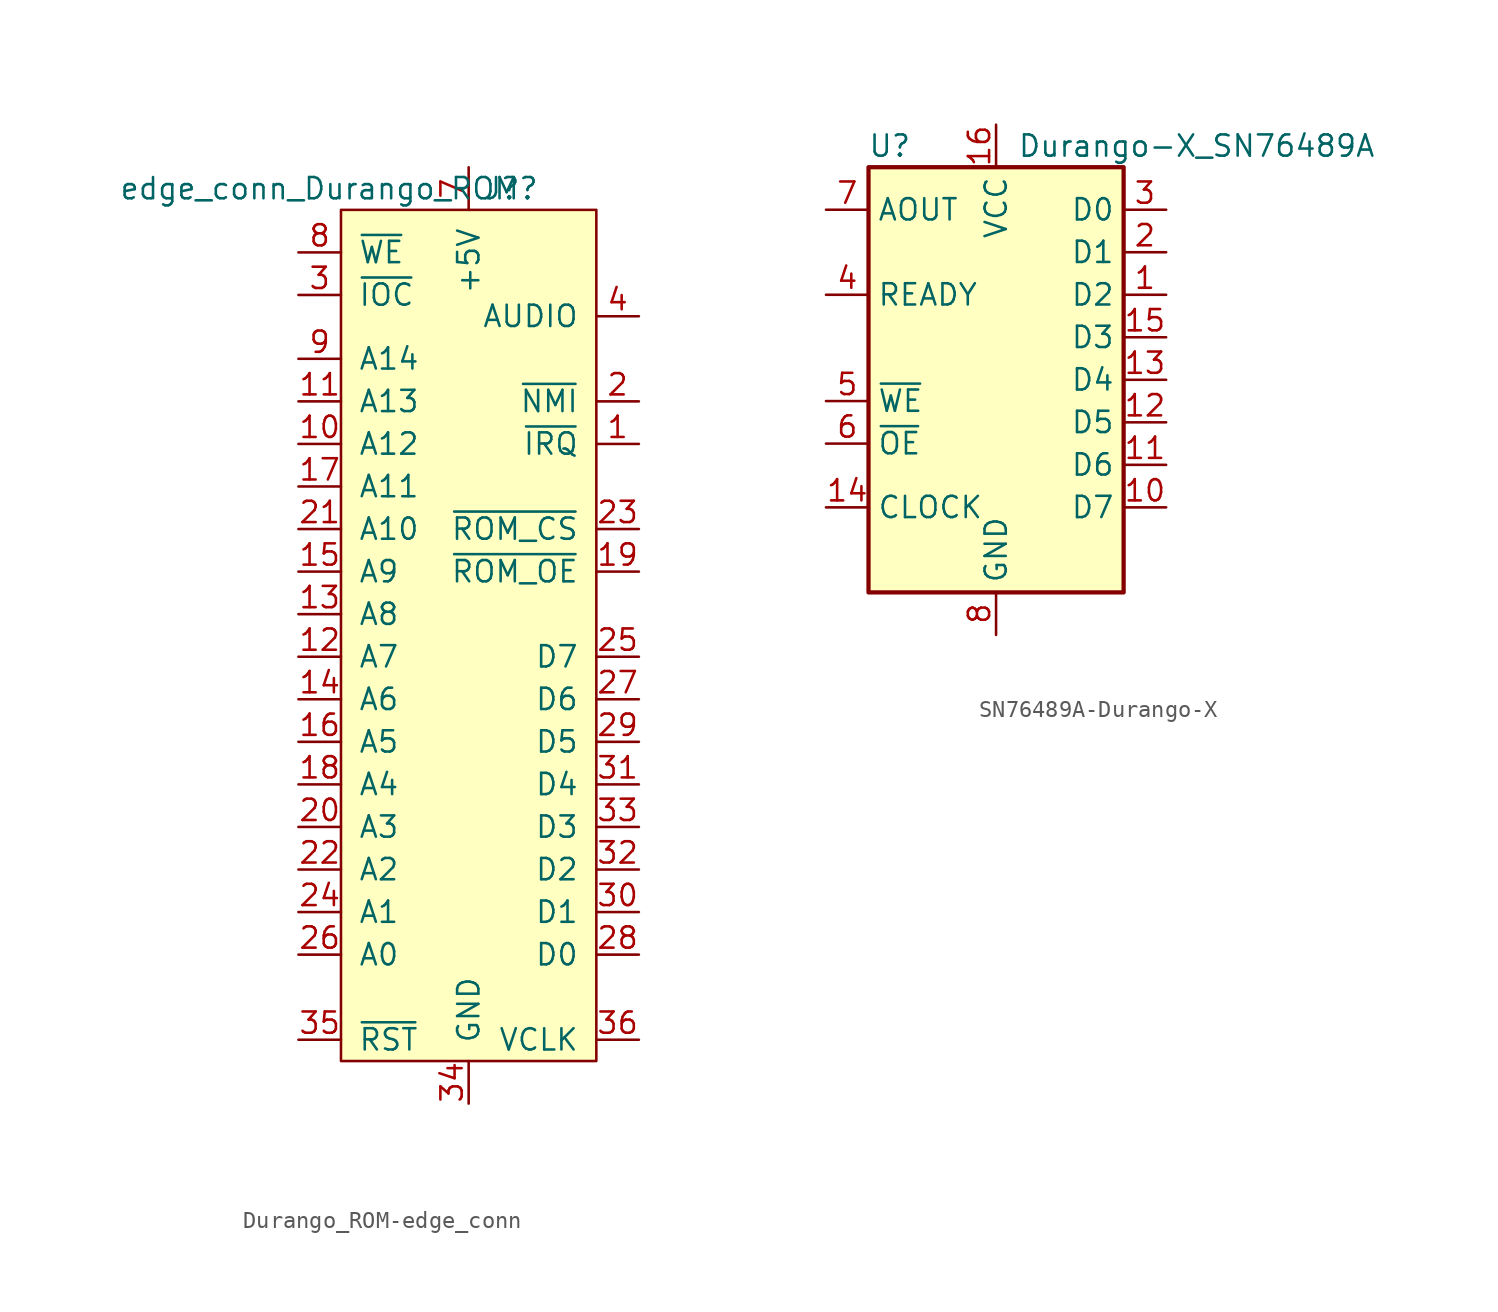
<source format=kicad_sym>
(kicad_symbol_lib
  (version 20231120)
  (generator "kicad_symbol_editor")
  (generator_version "8.0")
  (symbol "Durango_ROM-edge_conn"
    (pin_names
      (offset 1.016))
    (property "Reference" "J?"
      (at 2.54 26.67 0)
      (effects (font (size 1.27 1.27))))
    (property "Value" "edge_conn_Durango_ROM"
      (at -8.89 26.67 0)
      (effects (font (size 1.27 1.27))))
    (symbol "Durango_ROM-edge_conn_0_1"
      (rectangle (start -7.62 -25.4) (end 7.62 25.4) (stroke (width 0) (type solid)) (fill (type background))))
    (symbol "Durango_ROM-edge_conn_1_1"
      (pin open_collector line (at 10.16 11.43 180) (length 2.54) (name "~{IRQ}" (effects (font (size 1.27 1.27)))) (number "1" (effects (font (size 1.27 1.27)))))
      (pin input line (at -10.16 11.43 0) (length 2.54) (name "A12" (effects (font (size 1.27 1.27)))) (number "10" (effects (font (size 1.27 1.27)))))
      (pin input line (at -10.16 13.97 0) (length 2.54) (name "A13" (effects (font (size 1.27 1.27)))) (number "11" (effects (font (size 1.27 1.27)))))
      (pin input line (at -10.16 -1.27 0) (length 2.54) (name "A7" (effects (font (size 1.27 1.27)))) (number "12" (effects (font (size 1.27 1.27)))))
      (pin input line (at -10.16 1.27 0) (length 2.54) (name "A8" (effects (font (size 1.27 1.27)))) (number "13" (effects (font (size 1.27 1.27)))))
      (pin input line (at -10.16 -3.81 0) (length 2.54) (name "A6" (effects (font (size 1.27 1.27)))) (number "14" (effects (font (size 1.27 1.27)))))
      (pin input line (at -10.16 3.81 0) (length 2.54) (name "A9" (effects (font (size 1.27 1.27)))) (number "15" (effects (font (size 1.27 1.27)))))
      (pin input line (at -10.16 -6.35 0) (length 2.54) (name "A5" (effects (font (size 1.27 1.27)))) (number "16" (effects (font (size 1.27 1.27)))))
      (pin input line (at -10.16 8.89 0) (length 2.54) (name "A11" (effects (font (size 1.27 1.27)))) (number "17" (effects (font (size 1.27 1.27)))))
      (pin input line (at -10.16 -8.89 0) (length 2.54) (name "A4" (effects (font (size 1.27 1.27)))) (number "18" (effects (font (size 1.27 1.27)))))
      (pin input line (at 10.16 3.81 180) (length 2.54) (name "~{ROM_OE}" (effects (font (size 1.27 1.27)))) (number "19" (effects (font (size 1.27 1.27)))))
      (pin open_collector line (at 10.16 13.97 180) (length 2.54) (name "~{NMI}" (effects (font (size 1.27 1.27)))) (number "2" (effects (font (size 1.27 1.27)))))
      (pin input line (at -10.16 -11.43 0) (length 2.54) (name "A3" (effects (font (size 1.27 1.27)))) (number "20" (effects (font (size 1.27 1.27)))))
      (pin input line (at -10.16 6.35 0) (length 2.54) (name "A10" (effects (font (size 1.27 1.27)))) (number "21" (effects (font (size 1.27 1.27)))))
      (pin input line (at -10.16 -13.97 0) (length 2.54) (name "A2" (effects (font (size 1.27 1.27)))) (number "22" (effects (font (size 1.27 1.27)))))
      (pin input line (at 10.16 6.35 180) (length 2.54) (name "~{ROM_CS}" (effects (font (size 1.27 1.27)))) (number "23" (effects (font (size 1.27 1.27)))))
      (pin input line (at -10.16 -16.51 0) (length 2.54) (name "A1" (effects (font (size 1.27 1.27)))) (number "24" (effects (font (size 1.27 1.27)))))
      (pin bidirectional line (at 10.16 -1.27 180) (length 2.54) (name "D7" (effects (font (size 1.27 1.27)))) (number "25" (effects (font (size 1.27 1.27)))))
      (pin input line (at -10.16 -19.05 0) (length 2.54) (name "A0" (effects (font (size 1.27 1.27)))) (number "26" (effects (font (size 1.27 1.27)))))
      (pin bidirectional line (at 10.16 -3.81 180) (length 2.54) (name "D6" (effects (font (size 1.27 1.27)))) (number "27" (effects (font (size 1.27 1.27)))))
      (pin bidirectional line (at 10.16 -19.05 180) (length 2.54) (name "D0" (effects (font (size 1.27 1.27)))) (number "28" (effects (font (size 1.27 1.27)))))
      (pin bidirectional line (at 10.16 -6.35 180) (length 2.54) (name "D5" (effects (font (size 1.27 1.27)))) (number "29" (effects (font (size 1.27 1.27)))))
      (pin input line (at -10.16 20.32 0) (length 2.54) (name "~{IOC}" (effects (font (size 1.27 1.27)))) (number "3" (effects (font (size 1.27 1.27)))))
      (pin bidirectional line (at 10.16 -16.51 180) (length 2.54) (name "D1" (effects (font (size 1.27 1.27)))) (number "30" (effects (font (size 1.27 1.27)))))
      (pin bidirectional line (at 10.16 -8.89 180) (length 2.54) (name "D4" (effects (font (size 1.27 1.27)))) (number "31" (effects (font (size 1.27 1.27)))))
      (pin bidirectional line (at 10.16 -13.97 180) (length 2.54) (name "D2" (effects (font (size 1.27 1.27)))) (number "32" (effects (font (size 1.27 1.27)))))
      (pin bidirectional line (at 10.16 -11.43 180) (length 2.54) (name "D3" (effects (font (size 1.27 1.27)))) (number "33" (effects (font (size 1.27 1.27)))))
      (pin power_in line (at 0 -27.94 90) (length 2.54) (name "GND" (effects (font (size 1.27 1.27)))) (number "34" (effects (font (size 1.27 1.27)))))
      (pin input line (at -10.16 -24.13 0) (length 2.54) (name "~{RST}" (effects (font (size 1.27 1.27)))) (number "35" (effects (font (size 1.27 1.27)))))
      (pin input line (at 10.16 -24.13 180) (length 2.54) (name "VCLK" (effects (font (size 1.27 1.27)))) (number "36" (effects (font (size 1.27 1.27)))))
      (pin output line (at 10.16 19.05 180) (length 2.54) (name "AUDIO" (effects (font (size 1.27 1.27)))) (number "4" (effects (font (size 1.27 1.27)))))
      (pin power_in line (at 0 27.94 270) (length 2.54) (name "+5V" (effects (font (size 1.27 1.27)))) (number "7" (effects (font (size 1.27 1.27)))))
      (pin input line (at -10.16 22.86 0) (length 2.54) (name "~{WE}" (effects (font (size 1.27 1.27)))) (number "8" (effects (font (size 1.27 1.27)))))
      (pin input line (at -10.16 16.51 0) (length 2.54) (name "A14" (effects (font (size 1.27 1.27)))) (number "9" (effects (font (size 1.27 1.27)))))))
  (symbol "SN76489A-Durango-X"
    (property "Reference" "U"
      (at -6.35 24.13 0)
      (effects (font (size 1.27 1.27))))
    (property "Value" "Durango-X_SN76489A"
      (at 1.27 24.13 0)
      (effects (font (size 1.27 1.27)) (justify left)))
    (symbol "SN76489A-Durango-X_1_1"
      (rectangle (start -7.62 22.86) (end 7.62 -2.54) (stroke (width 0.254) (type solid)) (fill (type background)))
      (pin tri_state line (at 10.16 15.24 180) (length 2.54) (name "D2" (effects (font (size 1.27 1.27)))) (number "1" (effects (font (size 1.27 1.27)))))
      (pin tri_state line (at 10.16 2.54 180) (length 2.54) (name "D7" (effects (font (size 1.27 1.27)))) (number "10" (effects (font (size 1.27 1.27)))))
      (pin tri_state line (at 10.16 5.08 180) (length 2.54) (name "D6" (effects (font (size 1.27 1.27)))) (number "11" (effects (font (size 1.27 1.27)))))
      (pin tri_state line (at 10.16 7.62 180) (length 2.54) (name "D5" (effects (font (size 1.27 1.27)))) (number "12" (effects (font (size 1.27 1.27)))))
      (pin tri_state line (at 10.16 10.16 180) (length 2.54) (name "D4" (effects (font (size 1.27 1.27)))) (number "13" (effects (font (size 1.27 1.27)))))
      (pin input line (at -10.16 2.54 0) (length 2.54) (name "CLOCK" (effects (font (size 1.27 1.27)))) (number "14" (effects (font (size 1.27 1.27)))))
      (pin tri_state line (at 10.16 12.7 180) (length 2.54) (name "D3" (effects (font (size 1.27 1.27)))) (number "15" (effects (font (size 1.27 1.27)))))
      (pin power_in line (at 0 25.4 270) (length 2.54) (name "VCC" (effects (font (size 1.27 1.27)))) (number "16" (effects (font (size 1.27 1.27)))))
      (pin tri_state line (at 10.16 17.78 180) (length 2.54) (name "D1" (effects (font (size 1.27 1.27)))) (number "2" (effects (font (size 1.27 1.27)))))
      (pin tri_state line (at 10.16 20.32 180) (length 2.54) (name "D0" (effects (font (size 1.27 1.27)))) (number "3" (effects (font (size 1.27 1.27)))))
      (pin output line (at -10.16 15.24 0) (length 2.54) (name "READY" (effects (font (size 1.27 1.27)))) (number "4" (effects (font (size 1.27 1.27)))))
      (pin input line (at -10.16 8.89 0) (length 2.54) (name "~{WE}" (effects (font (size 1.27 1.27)))) (number "5" (effects (font (size 1.27 1.27)))))
      (pin input line (at -10.16 6.35 0) (length 2.54) (name "~{OE}" (effects (font (size 1.27 1.27)))) (number "6" (effects (font (size 1.27 1.27)))))
      (pin output line (at -10.16 20.32 0) (length 2.54) (name "AOUT" (effects (font (size 1.27 1.27)))) (number "7" (effects (font (size 1.27 1.27)))))
      (pin power_in line (at 0 -5.08 90) (length 2.54) (name "GND" (effects (font (size 1.27 1.27)))) (number "8" (effects (font (size 1.27 1.27)))))
      (pin no_connect line (at 10.16 -1.27 180) (length 2.54) hide (name "NC" (effects (font (size 1.27 1.27)))) (number "9" (effects (font (size 1.27 1.27))))))))
</source>
